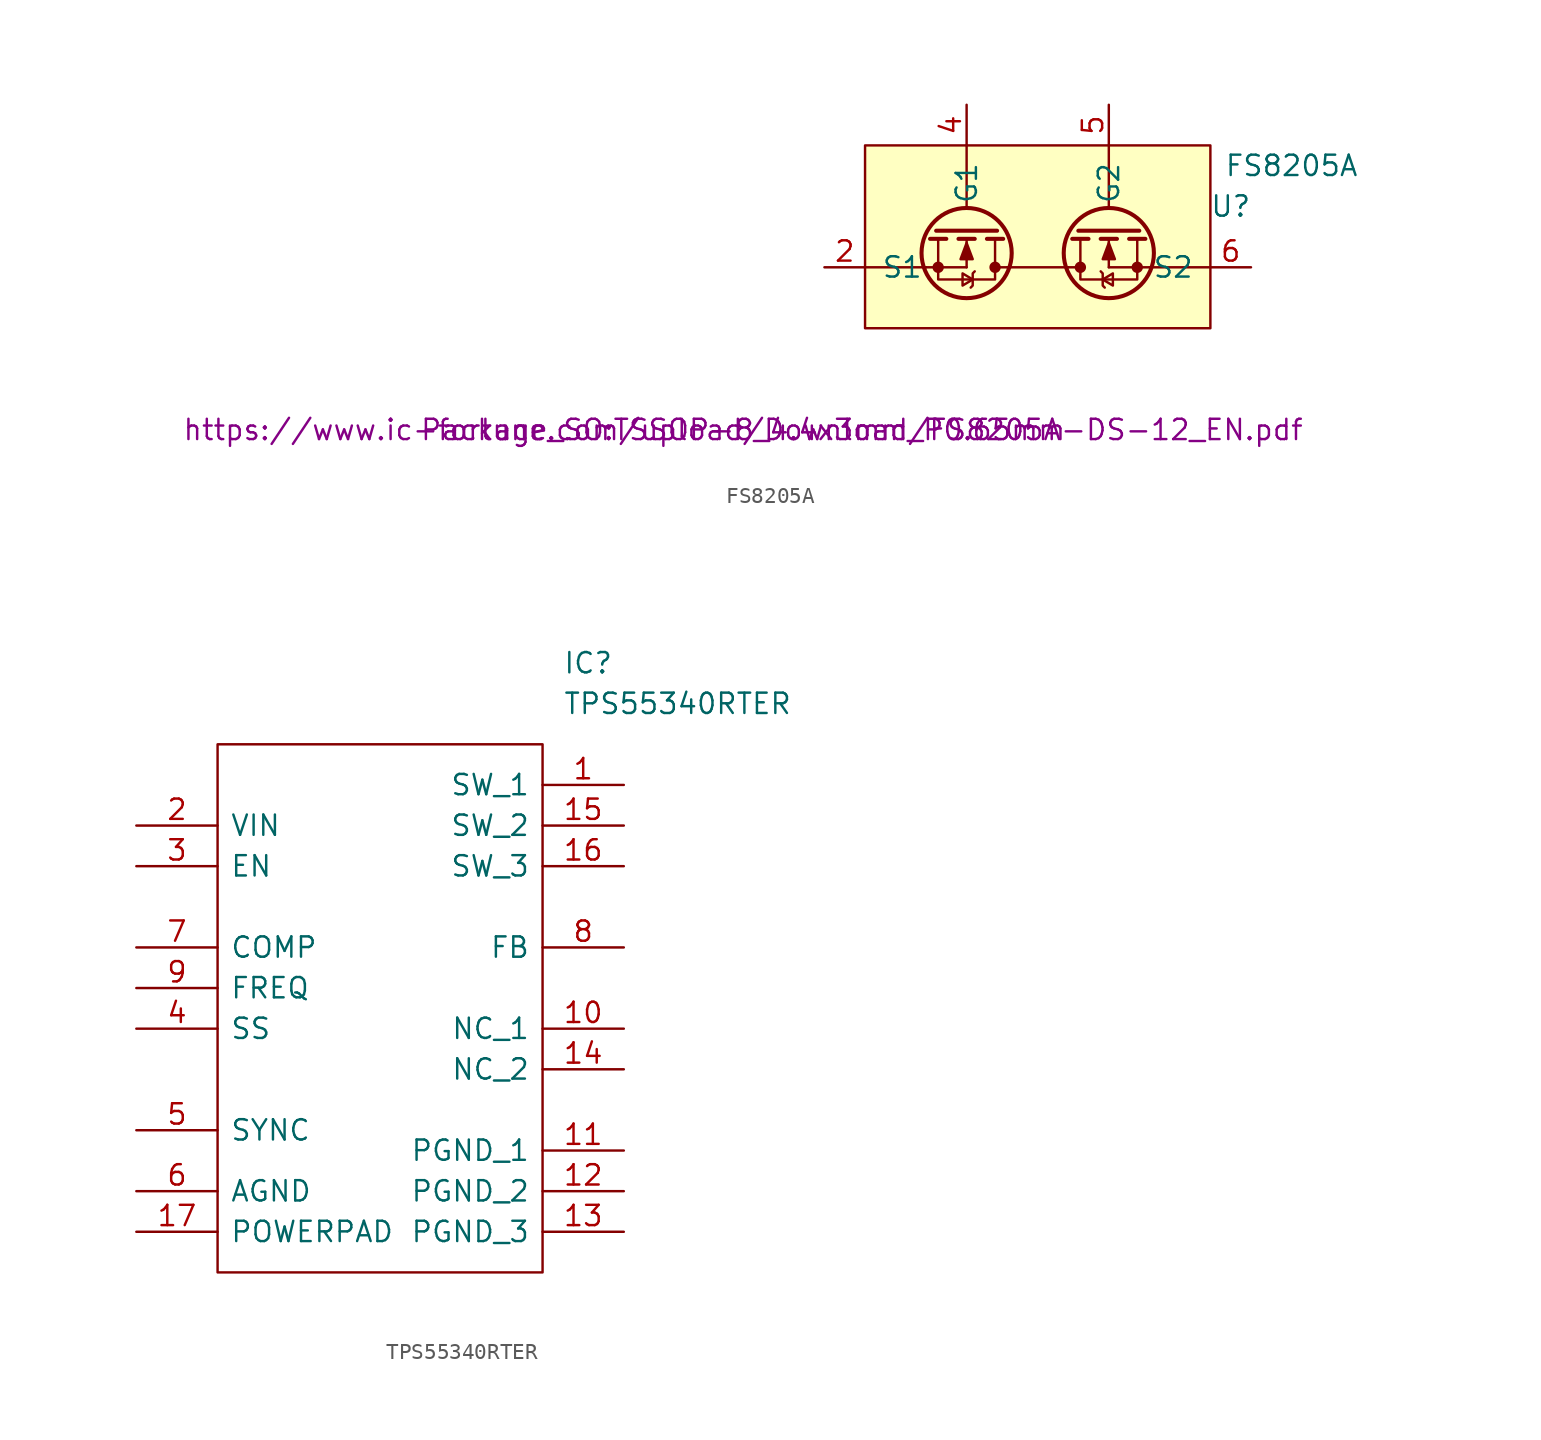
<source format=kicad_sym>
(kicad_symbol_lib
  (version 20211014)
  (generator kicad_symbol_editor)
  (symbol "FS8205A"
    (pin_names
      (offset 1.016))
    (property "Reference" "U"
      (at 11.43 1.27 0)
      (effects (font (size 1.27 1.27))))
    (property "Value" "FS8205A"
      (at 15.24 3.81 0)
      (effects (font (size 1.27 1.27))))
    (property "Footprint" "Package_SO:TSSOP-8_4.4x3mm_P0.65mm"
      (at -19.05 -12.7 0)
      (effects (font (size 1.27 1.27))))
    (property "Datasheet" "https://www.ic-fortune.com/upload/Download/FS8205A-DS-12_EN.pdf"
      (at -19.05 -12.7 0)
      (effects (font (size 1.27 1.27))))
    (symbol "FS8205A_0_1"
      (polyline (pts (xy -7.62 -2.54) (xy -11.43 -2.54)) (stroke (width 0) (type default) (color 0 0 0 0)) (fill (type none)))
      (polyline (pts (xy -5.08 5.08) (xy -5.08 1.27)) (stroke (width 0) (type default) (color 0 0 0 0)) (fill (type none)))
      (polyline (pts (xy 1.27 -2.54) (xy -2.54 -2.54)) (stroke (width 0) (type default) (color 0 0 0 0)) (fill (type none)))
      (polyline (pts (xy 3.81 5.08) (xy 3.81 1.27)) (stroke (width 0) (type default) (color 0 0 0 0)) (fill (type none)))
      (polyline (pts (xy 10.16 -2.54) (xy 6.35 -2.54)) (stroke (width 0) (type default) (color 0 0 0 0)) (fill (type none)))
      (rectangle (start 10.16 5.08) (end -11.43 -6.35) (stroke (width 0) (type default) (color 0 0 0 0)) (fill (type background))))
    (symbol "FS8205A_1_1"
      (circle (center -6.858 -2.54) (radius 0.279) (stroke (width 0) (type default) (color 0 0 0 0)) (fill (type outline)))
      (circle (center -5.08 -1.651) (radius 2.819) (stroke (width 0.254) (type default) (color 0 0 0 0)) (fill (type none)))
      (circle (center -3.302 -2.54) (radius 0.279) (stroke (width 0) (type default) (color 0 0 0 0)) (fill (type outline)))
      (polyline (pts (xy -6.858 -2.54) (xy -7.62 -2.54)) (stroke (width 0) (type default) (color 0 0 0 0)) (fill (type none)))
      (polyline (pts (xy -6.858 -2.54) (xy -5.08 -2.54)) (stroke (width 0) (type default) (color 0 0 0 0)) (fill (type none)))
      (polyline (pts (xy -6.858 -0.762) (xy -6.858 -2.54)) (stroke (width 0) (type default) (color 0 0 0 0)) (fill (type none)))
      (polyline (pts (xy -6.35 -0.762) (xy -7.366 -0.762)) (stroke (width 0.254) (type default) (color 0 0 0 0)) (fill (type none)))
      (polyline (pts (xy -5.08 -0.762) (xy -5.08 -2.54)) (stroke (width 0) (type default) (color 0 0 0 0)) (fill (type none)))
      (polyline (pts (xy -4.572 -0.762) (xy -5.588 -0.762)) (stroke (width 0.254) (type default) (color 0 0 0 0)) (fill (type none)))
      (polyline (pts (xy -3.302 -0.762) (xy -3.302 -2.54)) (stroke (width 0) (type default) (color 0 0 0 0)) (fill (type none)))
      (polyline (pts (xy -2.794 -0.762) (xy -3.81 -0.762)) (stroke (width 0.254) (type default) (color 0 0 0 0)) (fill (type none)))
      (polyline (pts (xy -2.54 -2.54) (xy -3.302 -2.54)) (stroke (width 0) (type default) (color 0 0 0 0)) (fill (type none)))
      (polyline (pts (xy 1.27 -2.54) (xy 2.032 -2.54)) (stroke (width 0) (type default) (color 0 0 0 0)) (fill (type none)))
      (polyline (pts (xy 1.524 -0.762) (xy 2.54 -0.762)) (stroke (width 0.254) (type default) (color 0 0 0 0)) (fill (type none)))
      (polyline (pts (xy 2.032 -0.762) (xy 2.032 -2.54)) (stroke (width 0) (type default) (color 0 0 0 0)) (fill (type none)))
      (polyline (pts (xy 3.302 -0.762) (xy 4.318 -0.762)) (stroke (width 0.254) (type default) (color 0 0 0 0)) (fill (type none)))
      (polyline (pts (xy 3.81 -0.762) (xy 3.81 -2.54)) (stroke (width 0) (type default) (color 0 0 0 0)) (fill (type none)))
      (polyline (pts (xy 5.08 -0.762) (xy 6.096 -0.762)) (stroke (width 0.254) (type default) (color 0 0 0 0)) (fill (type none)))
      (polyline (pts (xy 5.588 -2.54) (xy 3.81 -2.54)) (stroke (width 0) (type default) (color 0 0 0 0)) (fill (type none)))
      (polyline (pts (xy 5.588 -2.54) (xy 6.35 -2.54)) (stroke (width 0) (type default) (color 0 0 0 0)) (fill (type none)))
      (polyline (pts (xy 5.588 -0.762) (xy 5.588 -2.54)) (stroke (width 0) (type default) (color 0 0 0 0)) (fill (type none)))
      (polyline (pts (xy -3.175 -0.254) (xy -6.985 -0.254) (xy -6.985 -0.254)) (stroke (width 0.254) (type default) (color 0 0 0 0)) (fill (type none)))
      (polyline (pts (xy 1.905 -0.254) (xy 5.715 -0.254) (xy 5.715 -0.254)) (stroke (width 0.254) (type default) (color 0 0 0 0)) (fill (type none)))
      (polyline (pts (xy -6.858 -2.54) (xy -6.858 -3.302) (xy -3.302 -3.302) (xy -3.302 -2.54)) (stroke (width 0) (type default) (color 0 0 0 0)) (fill (type none)))
      (polyline (pts (xy -5.08 -1.016) (xy -4.699 -2.032) (xy -5.461 -2.032) (xy -5.08 -1.016)) (stroke (width 0) (type default) (color 0 0 0 0)) (fill (type outline)))
      (polyline (pts (xy -4.699 -3.302) (xy -5.334 -2.921) (xy -5.334 -3.683) (xy -4.699 -3.302)) (stroke (width 0) (type default) (color 0 0 0 0)) (fill (type none)))
      (polyline (pts (xy -4.572 -2.794) (xy -4.699 -2.921) (xy -4.699 -3.683) (xy -4.826 -3.81)) (stroke (width 0) (type default) (color 0 0 0 0)) (fill (type none)))
      (polyline (pts (xy 3.302 -2.794) (xy 3.429 -2.921) (xy 3.429 -3.683) (xy 3.556 -3.81)) (stroke (width 0) (type default) (color 0 0 0 0)) (fill (type none)))
      (polyline (pts (xy 3.429 -3.302) (xy 4.064 -2.921) (xy 4.064 -3.683) (xy 3.429 -3.302)) (stroke (width 0) (type default) (color 0 0 0 0)) (fill (type none)))
      (polyline (pts (xy 3.81 -1.016) (xy 3.429 -2.032) (xy 4.191 -2.032) (xy 3.81 -1.016)) (stroke (width 0) (type default) (color 0 0 0 0)) (fill (type outline)))
      (polyline (pts (xy 5.588 -2.54) (xy 5.588 -3.302) (xy 2.032 -3.302) (xy 2.032 -2.54)) (stroke (width 0) (type default) (color 0 0 0 0)) (fill (type none)))
      (circle (center 2.032 -2.54) (radius 0.279) (stroke (width 0) (type default) (color 0 0 0 0)) (fill (type outline)))
      (circle (center 3.81 -1.651) (radius 2.819) (stroke (width 0.254) (type default) (color 0 0 0 0)) (fill (type none)))
      (circle (center 5.588 -2.54) (radius 0.279) (stroke (width 0) (type default) (color 0 0 0 0)) (fill (type outline)))
      (pin passive line (at -2.54 -8.89 90) (length 2.54) hide (name "D12" (effects (font (size 1.27 1.27)))) (number "1" (effects (font (size 1.27 1.27)))))
      (pin passive line (at -13.97 -2.54 0) (length 2.54) (name "S1" (effects (font (size 1.27 1.27)))) (number "2" (effects (font (size 1.27 1.27)))))
      (pin passive line (at -13.97 -5.08 0) (length 2.54) hide (name "S1" (effects (font (size 1.27 1.27)))) (number "3" (effects (font (size 1.27 1.27)))))
      (pin input line (at -5.08 7.62 270) (length 2.54) (name "G1" (effects (font (size 1.27 1.27)))) (number "4" (effects (font (size 1.27 1.27)))))
      (pin input line (at 3.81 7.62 270) (length 2.54) (name "G2" (effects (font (size 1.27 1.27)))) (number "5" (effects (font (size 1.27 1.27)))))
      (pin passive line (at 12.7 -2.54 180) (length 2.54) (name "S2" (effects (font (size 1.27 1.27)))) (number "6" (effects (font (size 1.27 1.27)))))
      (pin passive line (at 12.7 -5.08 180) (length 2.54) hide (name "S2" (effects (font (size 1.27 1.27)))) (number "7" (effects (font (size 1.27 1.27)))))
      (pin passive line (at 1.27 -8.89 90) (length 2.54) hide (name "D12" (effects (font (size 1.27 1.27)))) (number "8" (effects (font (size 1.27 1.27)))))))
  (symbol "TPS55340RTER"
    (pin_names
      (offset 0.762))
    (property "Reference" "IC"
      (at 26.67 20.32 0)
      (effects (font (size 1.27 1.27)) (justify left)))
    (property "Value" "TPS55340RTER"
      (at 26.67 17.78 0)
      (effects (font (size 1.27 1.27)) (justify left)))
    (symbol "TPS55340RTER_0_0"
      (pin bidirectional line (at 30.48 12.7 180) (length 5.08) (name "SW_1" (effects (font (size 1.27 1.27)))) (number "1" (effects (font (size 1.27 1.27)))))
      (pin bidirectional line (at 30.48 -2.54 180) (length 5.08) (name "NC_1" (effects (font (size 1.27 1.27)))) (number "10" (effects (font (size 1.27 1.27)))))
      (pin bidirectional line (at 30.48 -10.16 180) (length 5.08) (name "PGND_1" (effects (font (size 1.27 1.27)))) (number "11" (effects (font (size 1.27 1.27)))))
      (pin bidirectional line (at 30.48 -12.7 180) (length 5.08) (name "PGND_2" (effects (font (size 1.27 1.27)))) (number "12" (effects (font (size 1.27 1.27)))))
      (pin bidirectional line (at 30.48 -15.24 180) (length 5.08) (name "PGND_3" (effects (font (size 1.27 1.27)))) (number "13" (effects (font (size 1.27 1.27)))))
      (pin bidirectional line (at 30.48 -5.08 180) (length 5.08) (name "NC_2" (effects (font (size 1.27 1.27)))) (number "14" (effects (font (size 1.27 1.27)))))
      (pin bidirectional line (at 30.48 10.16 180) (length 5.08) (name "SW_2" (effects (font (size 1.27 1.27)))) (number "15" (effects (font (size 1.27 1.27)))))
      (pin bidirectional line (at 30.48 7.62 180) (length 5.08) (name "SW_3" (effects (font (size 1.27 1.27)))) (number "16" (effects (font (size 1.27 1.27)))))
      (pin bidirectional line (at 0 -15.24 0) (length 5.08) (name "POWERPAD" (effects (font (size 1.27 1.27)))) (number "17" (effects (font (size 1.27 1.27)))))
      (pin bidirectional line (at 0 10.16 0) (length 5.08) (name "VIN" (effects (font (size 1.27 1.27)))) (number "2" (effects (font (size 1.27 1.27)))))
      (pin bidirectional line (at 0 7.62 0) (length 5.08) (name "EN" (effects (font (size 1.27 1.27)))) (number "3" (effects (font (size 1.27 1.27)))))
      (pin bidirectional line (at 0 -2.54 0) (length 5.08) (name "SS" (effects (font (size 1.27 1.27)))) (number "4" (effects (font (size 1.27 1.27)))))
      (pin bidirectional line (at 0 -8.89 0) (length 5.08) (name "SYNC" (effects (font (size 1.27 1.27)))) (number "5" (effects (font (size 1.27 1.27)))))
      (pin bidirectional line (at 0 -12.7 0) (length 5.08) (name "AGND" (effects (font (size 1.27 1.27)))) (number "6" (effects (font (size 1.27 1.27)))))
      (pin bidirectional line (at 0 2.54 0) (length 5.08) (name "COMP" (effects (font (size 1.27 1.27)))) (number "7" (effects (font (size 1.27 1.27)))))
      (pin bidirectional line (at 30.48 2.54 180) (length 5.08) (name "FB" (effects (font (size 1.27 1.27)))) (number "8" (effects (font (size 1.27 1.27)))))
      (pin bidirectional line (at 0 0 0) (length 5.08) (name "FREQ" (effects (font (size 1.27 1.27)))) (number "9" (effects (font (size 1.27 1.27))))))
    (symbol "TPS55340RTER_0_1"
      (polyline (pts (xy 5.08 15.24) (xy 25.4 15.24) (xy 25.4 -17.78) (xy 5.08 -17.78) (xy 5.08 15.24)) (stroke (width 0.152) (type default) (color 0 0 0 0)) (fill (type none))))))
</source>
